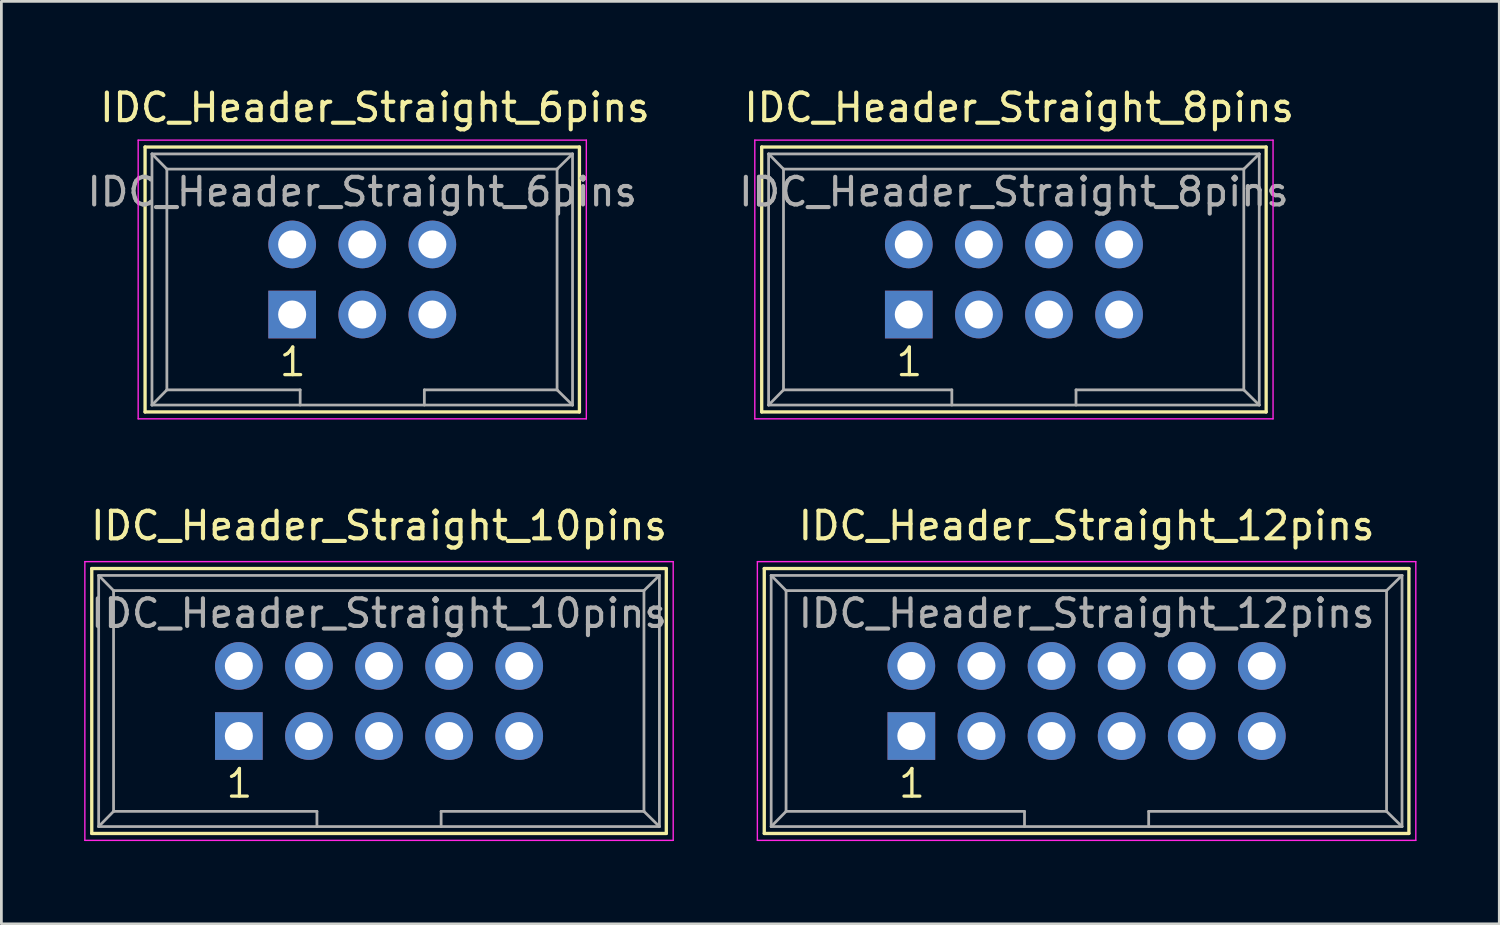
<source format=kicad_pcb>
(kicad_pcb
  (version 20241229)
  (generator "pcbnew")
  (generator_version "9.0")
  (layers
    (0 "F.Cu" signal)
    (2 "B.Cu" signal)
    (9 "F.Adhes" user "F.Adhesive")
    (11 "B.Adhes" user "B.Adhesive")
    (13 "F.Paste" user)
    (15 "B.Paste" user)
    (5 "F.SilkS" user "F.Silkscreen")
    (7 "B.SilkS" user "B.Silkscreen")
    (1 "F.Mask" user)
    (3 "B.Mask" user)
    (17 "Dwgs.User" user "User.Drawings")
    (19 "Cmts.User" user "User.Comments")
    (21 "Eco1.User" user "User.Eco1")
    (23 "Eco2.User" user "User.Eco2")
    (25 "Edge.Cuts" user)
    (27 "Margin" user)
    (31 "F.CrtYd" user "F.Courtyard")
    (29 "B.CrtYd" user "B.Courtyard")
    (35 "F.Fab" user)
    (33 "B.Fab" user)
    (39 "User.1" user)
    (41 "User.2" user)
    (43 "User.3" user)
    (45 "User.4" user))
  (footprint "IDC_Header_Straight_6pins"
    (layer "F.Cu")
    (at 7.537 8.348)
    (property "Reference" "IDC_Header_Straight_6pins" (at 3 -7.5 0) (layer "F.SilkS") (effects (font (size 1 1) (thickness 0.15))))
    (attr through_hole)
    (fp_line (start -5.33 -6.07) (end 10.41 -6.07) (stroke (width 0.12) (type solid)) (layer "F.SilkS"))
    (fp_line (start -5.33 3.53) (end -5.33 -6.07) (stroke (width 0.12) (type solid)) (layer "F.SilkS"))
    (fp_line (start 10.41 -6.07) (end 10.41 3.53) (stroke (width 0.12) (type solid)) (layer "F.SilkS"))
    (fp_line (start 10.41 3.53) (end -5.33 3.53) (stroke (width 0.12) (type solid)) (layer "F.SilkS"))
    (fp_line (start -5.58 -6.32) (end 10.66 -6.32) (stroke (width 0.05) (type solid)) (layer "F.CrtYd"))
    (fp_line (start -5.58 3.78) (end -5.58 -6.32) (stroke (width 0.05) (type solid)) (layer "F.CrtYd"))
    (fp_line (start 10.66 -6.32) (end 10.66 3.78) (stroke (width 0.05) (type solid)) (layer "F.CrtYd"))
    (fp_line (start 10.66 3.78) (end -5.58 3.78) (stroke (width 0.05) (type solid)) (layer "F.CrtYd"))
    (fp_line (start -5.08 -5.82) (end -5.08 3.28) (stroke (width 0.1) (type solid)) (layer "F.Fab"))
    (fp_line (start -5.08 -5.82) (end -4.54 -5.27) (stroke (width 0.1) (type solid)) (layer "F.Fab"))
    (fp_line (start -5.08 -5.82) (end 10.16 -5.82) (stroke (width 0.1) (type solid)) (layer "F.Fab"))
    (fp_line (start -5.08 3.28) (end -4.54 2.73) (stroke (width 0.1) (type solid)) (layer "F.Fab"))
    (fp_line (start -5.08 3.28) (end 10.16 3.28) (stroke (width 0.1) (type solid)) (layer "F.Fab"))
    (fp_line (start -4.54 -5.27) (end -4.54 2.73) (stroke (width 0.1) (type solid)) (layer "F.Fab"))
    (fp_line (start -4.54 -5.27) (end 9.6 -5.27) (stroke (width 0.1) (type solid)) (layer "F.Fab"))
    (fp_line (start -4.54 2.73) (end 0.29 2.73) (stroke (width 0.1) (type solid)) (layer "F.Fab"))
    (fp_line (start 0.29 2.73) (end 0.29 3.28) (stroke (width 0.1) (type solid)) (layer "F.Fab"))
    (fp_line (start 4.79 2.73) (end 4.79 3.28) (stroke (width 0.1) (type solid)) (layer "F.Fab"))
    (fp_line (start 4.79 2.73) (end 9.6 2.73) (stroke (width 0.1) (type solid)) (layer "F.Fab"))
    (fp_line (start 9.6 -5.27) (end 9.6 2.73) (stroke (width 0.1) (type solid)) (layer "F.Fab"))
    (fp_line (start 10.16 -5.82) (end 9.6 -5.27) (stroke (width 0.1) (type solid)) (layer "F.Fab"))
    (fp_line (start 10.16 -5.82) (end 10.16 3.28) (stroke (width 0.1) (type solid)) (layer "F.Fab"))
    (fp_line (start 10.16 3.28) (end 9.6 2.73) (stroke (width 0.1) (type solid)) (layer "F.Fab"))
    (fp_text user "1" (at 0.02 1.72 0) (layer "F.SilkS") (effects (font (size 1 1) (thickness 0.12))))
    (fp_text user "${REFERENCE}" (at 2.54 -4.445 0) (layer "F.Fab") (effects (font (size 1 1) (thickness 0.15))))
    (pad "1" thru_hole rect (at 0 0) (size 1.727 1.727) (drill 1.016) (layers "*.Cu" "*.Mask"))
    (pad "2" thru_hole oval (at 0 -2.54) (size 1.727 1.727) (drill 1.016) (layers "*.Cu" "*.Mask"))
    (pad "3" thru_hole oval (at 2.54 0) (size 1.727 1.727) (drill 1.016) (layers "*.Cu" "*.Mask"))
    (pad "4" thru_hole oval (at 2.54 -2.54) (size 1.727 1.727) (drill 1.016) (layers "*.Cu" "*.Mask"))
    (pad "5" thru_hole oval (at 5.08 0) (size 1.727 1.727) (drill 1.016) (layers "*.Cu" "*.Mask"))
    (pad "6" thru_hole oval (at 5.08 -2.54) (size 1.727 1.727) (drill 1.016) (layers "*.Cu" "*.Mask")))
  (footprint "IDC_Header_Straight_10pins"
    (layer "F.Cu")
    (at 5.605 23.622)
    (property "Reference" "IDC_Header_Straight_10pins" (at 5.08 -7.62 0) (layer "F.SilkS") (effects (font (size 1 1) (thickness 0.15))))
    (attr through_hole)
    (fp_line (start -5.33 -6.07) (end 15.49 -6.07) (stroke (width 0.12) (type solid)) (layer "F.SilkS"))
    (fp_line (start -5.33 3.53) (end -5.33 -6.07) (stroke (width 0.12) (type solid)) (layer "F.SilkS"))
    (fp_line (start 15.49 -6.07) (end 15.49 3.53) (stroke (width 0.12) (type solid)) (layer "F.SilkS"))
    (fp_line (start 15.49 3.53) (end -5.33 3.53) (stroke (width 0.12) (type solid)) (layer "F.SilkS"))
    (fp_line (start -5.58 -6.32) (end 15.74 -6.32) (stroke (width 0.05) (type solid)) (layer "F.CrtYd"))
    (fp_line (start -5.58 3.78) (end -5.58 -6.32) (stroke (width 0.05) (type solid)) (layer "F.CrtYd"))
    (fp_line (start 15.74 -6.32) (end 15.74 3.78) (stroke (width 0.05) (type solid)) (layer "F.CrtYd"))
    (fp_line (start 15.74 3.78) (end -5.58 3.78) (stroke (width 0.05) (type solid)) (layer "F.CrtYd"))
    (fp_line (start -5.08 -5.82) (end -5.08 3.28) (stroke (width 0.1) (type solid)) (layer "F.Fab"))
    (fp_line (start -5.08 -5.82) (end -4.54 -5.27) (stroke (width 0.1) (type solid)) (layer "F.Fab"))
    (fp_line (start -5.08 -5.82) (end 15.24 -5.82) (stroke (width 0.1) (type solid)) (layer "F.Fab"))
    (fp_line (start -5.08 3.28) (end -4.54 2.73) (stroke (width 0.1) (type solid)) (layer "F.Fab"))
    (fp_line (start -5.08 3.28) (end 15.24 3.28) (stroke (width 0.1) (type solid)) (layer "F.Fab"))
    (fp_line (start -4.54 -5.27) (end -4.54 2.73) (stroke (width 0.1) (type solid)) (layer "F.Fab"))
    (fp_line (start -4.54 -5.27) (end 14.68 -5.27) (stroke (width 0.1) (type solid)) (layer "F.Fab"))
    (fp_line (start -4.54 2.73) (end 2.83 2.73) (stroke (width 0.1) (type solid)) (layer "F.Fab"))
    (fp_line (start 2.83 2.73) (end 2.83 3.28) (stroke (width 0.1) (type solid)) (layer "F.Fab"))
    (fp_line (start 7.33 2.73) (end 7.33 3.28) (stroke (width 0.1) (type solid)) (layer "F.Fab"))
    (fp_line (start 7.33 2.73) (end 14.68 2.73) (stroke (width 0.1) (type solid)) (layer "F.Fab"))
    (fp_line (start 14.68 -5.27) (end 14.68 2.73) (stroke (width 0.1) (type solid)) (layer "F.Fab"))
    (fp_line (start 15.24 -5.82) (end 14.68 -5.27) (stroke (width 0.1) (type solid)) (layer "F.Fab"))
    (fp_line (start 15.24 -5.82) (end 15.24 3.28) (stroke (width 0.1) (type solid)) (layer "F.Fab"))
    (fp_line (start 15.24 3.28) (end 14.68 2.73) (stroke (width 0.1) (type solid)) (layer "F.Fab"))
    (fp_text user "1" (at 0.02 1.72 0) (layer "F.SilkS") (effects (font (size 1 1) (thickness 0.12))))
    (fp_text user "${REFERENCE}" (at 5.08 -4.445 0) (layer "F.Fab") (effects (font (size 1 1) (thickness 0.15))))
    (pad "1" thru_hole rect (at 0 0) (size 1.727 1.727) (drill 1.016) (layers "*.Cu" "*.Mask"))
    (pad "2" thru_hole oval (at 0 -2.54) (size 1.727 1.727) (drill 1.016) (layers "*.Cu" "*.Mask"))
    (pad "3" thru_hole oval (at 2.54 0) (size 1.727 1.727) (drill 1.016) (layers "*.Cu" "*.Mask"))
    (pad "4" thru_hole oval (at 2.54 -2.54) (size 1.727 1.727) (drill 1.016) (layers "*.Cu" "*.Mask"))
    (pad "5" thru_hole oval (at 5.08 0) (size 1.727 1.727) (drill 1.016) (layers "*.Cu" "*.Mask"))
    (pad "6" thru_hole oval (at 5.08 -2.54) (size 1.727 1.727) (drill 1.016) (layers "*.Cu" "*.Mask"))
    (pad "7" thru_hole oval (at 7.62 0) (size 1.727 1.727) (drill 1.016) (layers "*.Cu" "*.Mask"))
    (pad "8" thru_hole oval (at 7.62 -2.54) (size 1.727 1.727) (drill 1.016) (layers "*.Cu" "*.Mask"))
    (pad "9" thru_hole oval (at 10.16 0) (size 1.727 1.727) (drill 1.016) (layers "*.Cu" "*.Mask"))
    (pad "10" thru_hole oval (at 10.16 -2.54) (size 1.727 1.727) (drill 1.016) (layers "*.Cu" "*.Mask")))
  (footprint "IDC_Header_Straight_12pins"
    (layer "F.Cu")
    (at 29.975 23.622)
    (property "Reference" "IDC_Header_Straight_12pins" (at 6.35 -7.62 0) (layer "F.SilkS") (effects (font (size 1 1) (thickness 0.15))))
    (attr through_hole)
    (fp_line (start -5.33 -6.07) (end 18.03 -6.07) (stroke (width 0.12) (type solid)) (layer "F.SilkS"))
    (fp_line (start -5.33 3.53) (end -5.33 -6.07) (stroke (width 0.12) (type solid)) (layer "F.SilkS"))
    (fp_line (start 18.03 -6.07) (end 18.03 3.53) (stroke (width 0.12) (type solid)) (layer "F.SilkS"))
    (fp_line (start 18.03 3.53) (end -5.33 3.53) (stroke (width 0.12) (type solid)) (layer "F.SilkS"))
    (fp_line (start -5.58 -6.32) (end 18.28 -6.32) (stroke (width 0.05) (type solid)) (layer "F.CrtYd"))
    (fp_line (start -5.58 3.78) (end -5.58 -6.32) (stroke (width 0.05) (type solid)) (layer "F.CrtYd"))
    (fp_line (start 18.28 -6.32) (end 18.28 3.78) (stroke (width 0.05) (type solid)) (layer "F.CrtYd"))
    (fp_line (start 18.28 3.78) (end -5.58 3.78) (stroke (width 0.05) (type solid)) (layer "F.CrtYd"))
    (fp_line (start -5.08 -5.82) (end -5.08 3.28) (stroke (width 0.1) (type solid)) (layer "F.Fab"))
    (fp_line (start -5.08 -5.82) (end -4.54 -5.27) (stroke (width 0.1) (type solid)) (layer "F.Fab"))
    (fp_line (start -5.08 -5.82) (end 17.78 -5.82) (stroke (width 0.1) (type solid)) (layer "F.Fab"))
    (fp_line (start -5.08 3.28) (end -4.54 2.73) (stroke (width 0.1) (type solid)) (layer "F.Fab"))
    (fp_line (start -5.08 3.28) (end 17.78 3.28) (stroke (width 0.1) (type solid)) (layer "F.Fab"))
    (fp_line (start -4.54 -5.27) (end -4.54 2.73) (stroke (width 0.1) (type solid)) (layer "F.Fab"))
    (fp_line (start -4.54 -5.27) (end 17.22 -5.27) (stroke (width 0.1) (type solid)) (layer "F.Fab"))
    (fp_line (start -4.54 2.73) (end 4.1 2.73) (stroke (width 0.1) (type solid)) (layer "F.Fab"))
    (fp_line (start 4.1 2.73) (end 4.1 3.28) (stroke (width 0.1) (type solid)) (layer "F.Fab"))
    (fp_line (start 8.6 2.73) (end 8.6 3.28) (stroke (width 0.1) (type solid)) (layer "F.Fab"))
    (fp_line (start 8.6 2.73) (end 17.22 2.73) (stroke (width 0.1) (type solid)) (layer "F.Fab"))
    (fp_line (start 17.22 -5.27) (end 17.22 2.73) (stroke (width 0.1) (type solid)) (layer "F.Fab"))
    (fp_line (start 17.78 -5.82) (end 17.22 -5.27) (stroke (width 0.1) (type solid)) (layer "F.Fab"))
    (fp_line (start 17.78 -5.82) (end 17.78 3.28) (stroke (width 0.1) (type solid)) (layer "F.Fab"))
    (fp_line (start 17.78 3.28) (end 17.22 2.73) (stroke (width 0.1) (type solid)) (layer "F.Fab"))
    (fp_text user "1" (at 0.02 1.72 0) (layer "F.SilkS") (effects (font (size 1 1) (thickness 0.12))))
    (fp_text user "${REFERENCE}" (at 6.35 -4.445 0) (layer "F.Fab") (effects (font (size 1 1) (thickness 0.15))))
    (pad "1" thru_hole rect (at 0 0) (size 1.727 1.727) (drill 1.016) (layers "*.Cu" "*.Mask"))
    (pad "2" thru_hole oval (at 0 -2.54) (size 1.727 1.727) (drill 1.016) (layers "*.Cu" "*.Mask"))
    (pad "3" thru_hole oval (at 2.54 0) (size 1.727 1.727) (drill 1.016) (layers "*.Cu" "*.Mask"))
    (pad "4" thru_hole oval (at 2.54 -2.54) (size 1.727 1.727) (drill 1.016) (layers "*.Cu" "*.Mask"))
    (pad "5" thru_hole oval (at 5.08 0) (size 1.727 1.727) (drill 1.016) (layers "*.Cu" "*.Mask"))
    (pad "6" thru_hole oval (at 5.08 -2.54) (size 1.727 1.727) (drill 1.016) (layers "*.Cu" "*.Mask"))
    (pad "7" thru_hole oval (at 7.62 0) (size 1.727 1.727) (drill 1.016) (layers "*.Cu" "*.Mask"))
    (pad "8" thru_hole oval (at 7.62 -2.54) (size 1.727 1.727) (drill 1.016) (layers "*.Cu" "*.Mask"))
    (pad "9" thru_hole oval (at 10.16 0) (size 1.727 1.727) (drill 1.016) (layers "*.Cu" "*.Mask"))
    (pad "10" thru_hole oval (at 10.16 -2.54) (size 1.727 1.727) (drill 1.016) (layers "*.Cu" "*.Mask"))
    (pad "11" thru_hole oval (at 12.7 0) (size 1.727 1.727) (drill 1.016) (layers "*.Cu" "*.Mask"))
    (pad "12" thru_hole oval (at 12.7 -2.54) (size 1.727 1.727) (drill 1.016) (layers "*.Cu" "*.Mask")))
  (footprint "IDC_Header_Straight_8pins"
    (layer "F.Cu")
    (at 29.882 8.348)
    (property "Reference" "IDC_Header_Straight_8pins" (at 4 -7.5 0) (layer "F.SilkS") (effects (font (size 1 1) (thickness 0.15))))
    (attr through_hole)
    (fp_line (start -5.33 -6.07) (end 12.95 -6.07) (stroke (width 0.12) (type solid)) (layer "F.SilkS"))
    (fp_line (start -5.33 3.53) (end -5.33 -6.07) (stroke (width 0.12) (type solid)) (layer "F.SilkS"))
    (fp_line (start 12.95 -6.07) (end 12.95 3.53) (stroke (width 0.12) (type solid)) (layer "F.SilkS"))
    (fp_line (start 12.95 3.53) (end -5.33 3.53) (stroke (width 0.12) (type solid)) (layer "F.SilkS"))
    (fp_line (start -5.58 -6.32) (end 13.2 -6.32) (stroke (width 0.05) (type solid)) (layer "F.CrtYd"))
    (fp_line (start -5.58 3.78) (end -5.58 -6.32) (stroke (width 0.05) (type solid)) (layer "F.CrtYd"))
    (fp_line (start 13.2 -6.32) (end 13.2 3.78) (stroke (width 0.05) (type solid)) (layer "F.CrtYd"))
    (fp_line (start 13.2 3.78) (end -5.58 3.78) (stroke (width 0.05) (type solid)) (layer "F.CrtYd"))
    (fp_line (start -5.08 -5.82) (end -5.08 3.28) (stroke (width 0.1) (type solid)) (layer "F.Fab"))
    (fp_line (start -5.08 -5.82) (end -4.54 -5.27) (stroke (width 0.1) (type solid)) (layer "F.Fab"))
    (fp_line (start -5.08 -5.82) (end 12.7 -5.82) (stroke (width 0.1) (type solid)) (layer "F.Fab"))
    (fp_line (start -5.08 3.28) (end -4.54 2.73) (stroke (width 0.1) (type solid)) (layer "F.Fab"))
    (fp_line (start -5.08 3.28) (end 12.7 3.28) (stroke (width 0.1) (type solid)) (layer "F.Fab"))
    (fp_line (start -4.54 -5.27) (end -4.54 2.73) (stroke (width 0.1) (type solid)) (layer "F.Fab"))
    (fp_line (start -4.54 -5.27) (end 12.14 -5.27) (stroke (width 0.1) (type solid)) (layer "F.Fab"))
    (fp_line (start -4.54 2.73) (end 1.56 2.73) (stroke (width 0.1) (type solid)) (layer "F.Fab"))
    (fp_line (start 1.56 2.73) (end 1.56 3.28) (stroke (width 0.1) (type solid)) (layer "F.Fab"))
    (fp_line (start 6.06 2.73) (end 6.06 3.28) (stroke (width 0.1) (type solid)) (layer "F.Fab"))
    (fp_line (start 6.06 2.73) (end 12.14 2.73) (stroke (width 0.1) (type solid)) (layer "F.Fab"))
    (fp_line (start 12.14 -5.27) (end 12.14 2.73) (stroke (width 0.1) (type solid)) (layer "F.Fab"))
    (fp_line (start 12.7 -5.82) (end 12.14 -5.27) (stroke (width 0.1) (type solid)) (layer "F.Fab"))
    (fp_line (start 12.7 -5.82) (end 12.7 3.28) (stroke (width 0.1) (type solid)) (layer "F.Fab"))
    (fp_line (start 12.7 3.28) (end 12.14 2.73) (stroke (width 0.1) (type solid)) (layer "F.Fab"))
    (fp_text user "1" (at 0.02 1.72 0) (layer "F.SilkS") (effects (font (size 1 1) (thickness 0.12))))
    (fp_text user "${REFERENCE}" (at 3.81 -4.445 0) (layer "F.Fab") (effects (font (size 1 1) (thickness 0.15))))
    (pad "1" thru_hole rect (at 0 0) (size 1.727 1.727) (drill 1.016) (layers "*.Cu" "*.Mask"))
    (pad "2" thru_hole oval (at 0 -2.54) (size 1.727 1.727) (drill 1.016) (layers "*.Cu" "*.Mask"))
    (pad "3" thru_hole oval (at 2.54 0) (size 1.727 1.727) (drill 1.016) (layers "*.Cu" "*.Mask"))
    (pad "4" thru_hole oval (at 2.54 -2.54) (size 1.727 1.727) (drill 1.016) (layers "*.Cu" "*.Mask"))
    (pad "5" thru_hole oval (at 5.08 0) (size 1.727 1.727) (drill 1.016) (layers "*.Cu" "*.Mask"))
    (pad "6" thru_hole oval (at 5.08 -2.54) (size 1.727 1.727) (drill 1.016) (layers "*.Cu" "*.Mask"))
    (pad "7" thru_hole oval (at 7.62 0) (size 1.727 1.727) (drill 1.016) (layers "*.Cu" "*.Mask"))
    (pad "8" thru_hole oval (at 7.62 -2.54) (size 1.727 1.727) (drill 1.016) (layers "*.Cu" "*.Mask")))
  (gr_rect
    (start -3 -3)
    (end 51.28 30.427)
    (stroke (width 0.1) (type default))
    (fill no)
    (layer "Edge.Cuts")))
</source>
